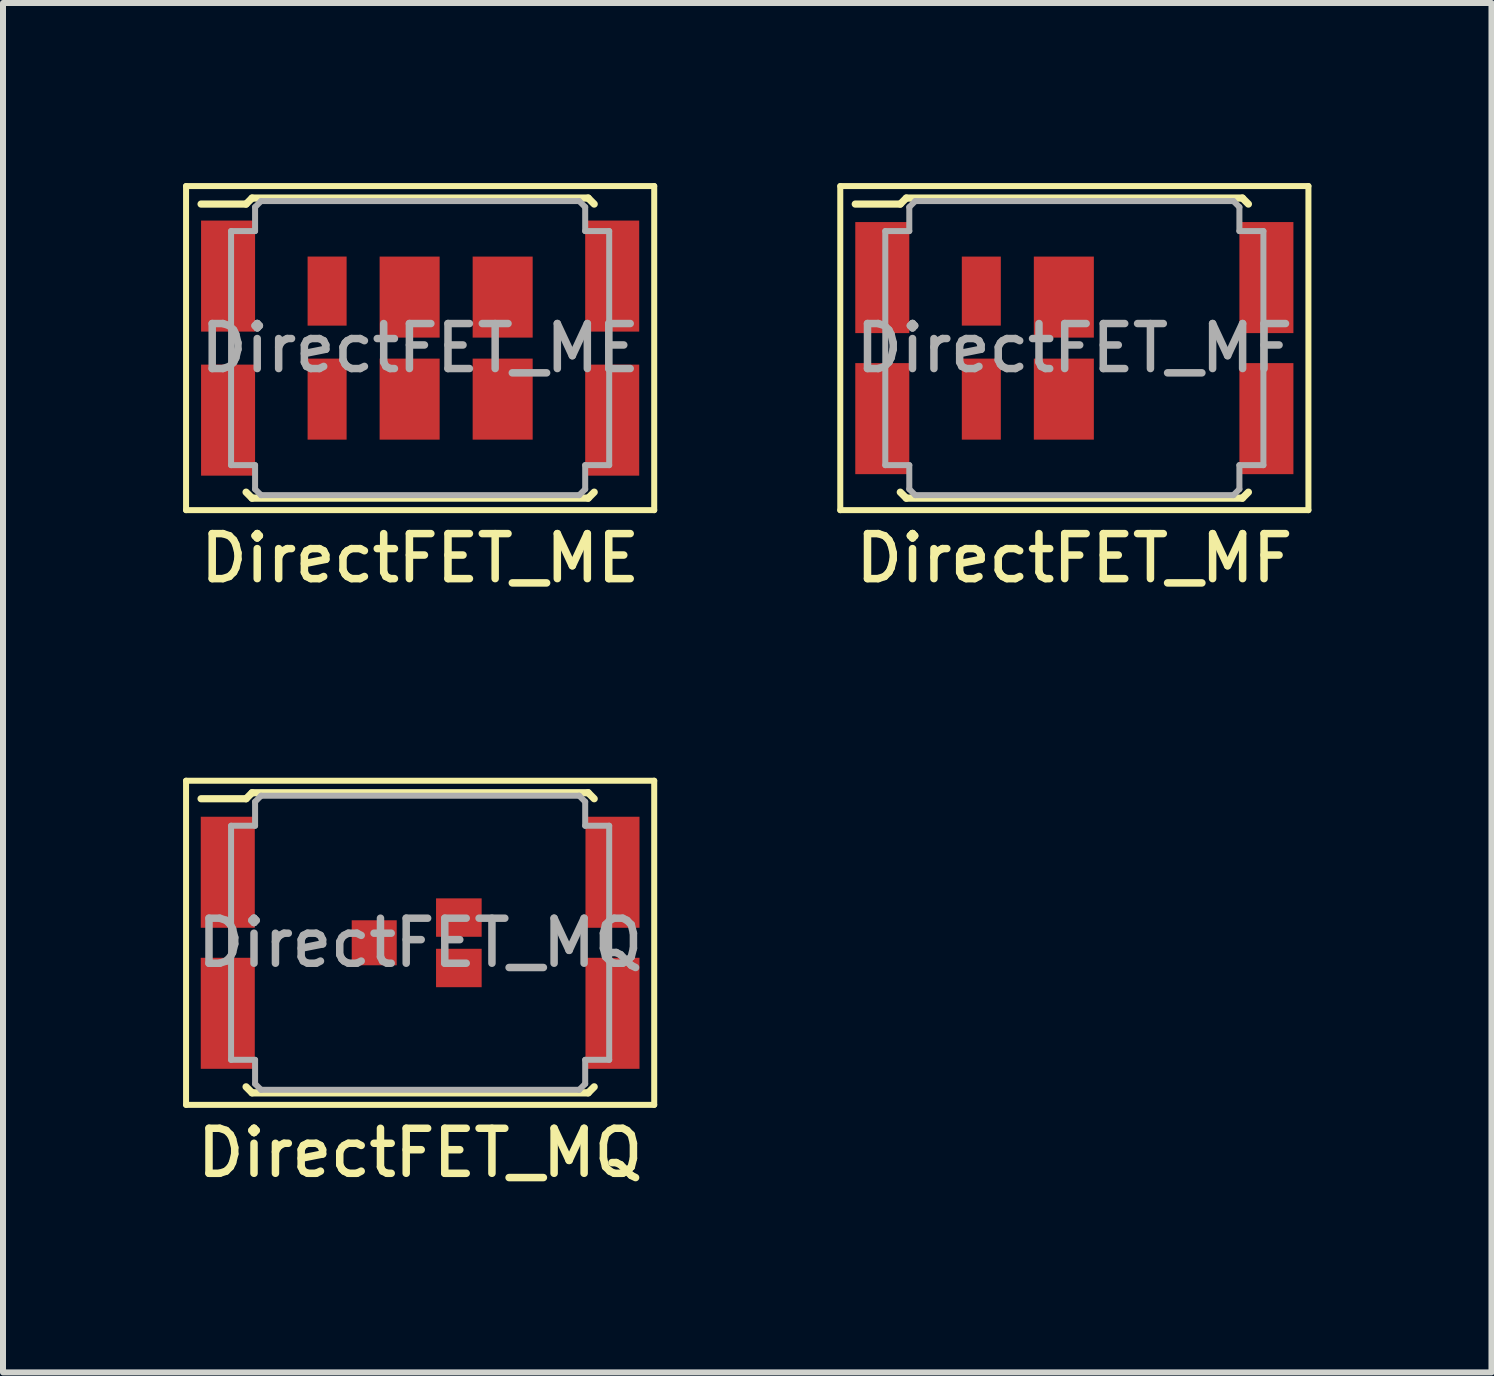
<source format=kicad_pcb>
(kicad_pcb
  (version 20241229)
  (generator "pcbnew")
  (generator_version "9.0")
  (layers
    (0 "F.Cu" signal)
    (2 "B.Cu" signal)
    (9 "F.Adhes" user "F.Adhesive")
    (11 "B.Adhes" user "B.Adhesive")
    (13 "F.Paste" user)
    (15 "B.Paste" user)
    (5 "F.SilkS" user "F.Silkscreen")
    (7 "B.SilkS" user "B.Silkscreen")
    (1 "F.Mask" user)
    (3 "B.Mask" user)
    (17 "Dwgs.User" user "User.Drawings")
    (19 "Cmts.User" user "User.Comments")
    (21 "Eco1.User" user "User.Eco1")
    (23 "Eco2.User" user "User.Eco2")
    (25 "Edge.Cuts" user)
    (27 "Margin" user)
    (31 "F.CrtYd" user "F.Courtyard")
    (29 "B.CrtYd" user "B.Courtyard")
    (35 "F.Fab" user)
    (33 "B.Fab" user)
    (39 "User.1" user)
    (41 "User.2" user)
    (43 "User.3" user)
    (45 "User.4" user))
  (footprint "DirectFET_MF"
    (layer "F.Cu")
    (at 14.85 2.75)
    (property "Reference" "DirectFET_MF" (at 0 3.5 0) (layer "F.SilkS") (effects (font (size 0.75 0.75) (thickness 0.125))))
    (attr smd)
    (fp_line (start -3.9 -2.7) (end -3.9 2.7) (stroke (width 0.1) (type solid)) (layer "F.SilkS"))
    (fp_line (start -3.9 2.7) (end 3.9 2.7) (stroke (width 0.1) (type solid)) (layer "F.SilkS"))
    (fp_line (start -3.65 -2.4) (end -2.9 -2.4) (stroke (width 0.12) (type solid)) (layer "F.SilkS"))
    (fp_line (start -2.9 -2.4) (end -2.8 -2.5) (stroke (width 0.12) (type solid)) (layer "F.SilkS"))
    (fp_line (start -2.8 -2.5) (end 2.8 -2.5) (stroke (width 0.12) (type solid)) (layer "F.SilkS"))
    (fp_line (start -2.8 2.5) (end -2.9 2.4) (stroke (width 0.12) (type solid)) (layer "F.SilkS"))
    (fp_line (start 2.8 -2.5) (end 2.9 -2.4) (stroke (width 0.12) (type solid)) (layer "F.SilkS"))
    (fp_line (start 2.8 2.5) (end -2.8 2.5) (stroke (width 0.12) (type solid)) (layer "F.SilkS"))
    (fp_line (start 2.9 2.4) (end 2.8 2.5) (stroke (width 0.12) (type solid)) (layer "F.SilkS"))
    (fp_line (start 3.9 -2.7) (end -3.9 -2.7) (stroke (width 0.1) (type solid)) (layer "F.SilkS"))
    (fp_line (start 3.9 2.7) (end 3.9 -2.7) (stroke (width 0.1) (type solid)) (layer "F.SilkS"))
    (fp_line (start -3.15 -1.95) (end -2.75 -1.95) (stroke (width 0.1) (type solid)) (layer "F.Fab"))
    (fp_line (start -3.15 1.95) (end -3.15 -1.95) (stroke (width 0.1) (type solid)) (layer "F.Fab"))
    (fp_line (start -3.15 1.95) (end -2.75 1.95) (stroke (width 0.1) (type solid)) (layer "F.Fab"))
    (fp_line (start -2.75 -2.35) (end -2.65 -2.45) (stroke (width 0.1) (type solid)) (layer "F.Fab"))
    (fp_line (start -2.75 -1.95) (end -2.75 -2.35) (stroke (width 0.1) (type solid)) (layer "F.Fab"))
    (fp_line (start -2.75 1.95) (end -2.75 2.35) (stroke (width 0.1) (type solid)) (layer "F.Fab"))
    (fp_line (start -2.75 2.35) (end -2.65 2.45) (stroke (width 0.1) (type solid)) (layer "F.Fab"))
    (fp_line (start -2.65 2.45) (end 2.65 2.45) (stroke (width 0.1) (type solid)) (layer "F.Fab"))
    (fp_line (start 2.65 -2.45) (end -2.65 -2.45) (stroke (width 0.1) (type solid)) (layer "F.Fab"))
    (fp_line (start 2.65 -2.45) (end 2.75 -2.35) (stroke (width 0.1) (type solid)) (layer "F.Fab"))
    (fp_line (start 2.75 -2.35) (end 2.75 -1.95) (stroke (width 0.1) (type solid)) (layer "F.Fab"))
    (fp_line (start 2.75 -1.95) (end 3.15 -1.95) (stroke (width 0.1) (type solid)) (layer "F.Fab"))
    (fp_line (start 2.75 1.95) (end 2.75 2.35) (stroke (width 0.1) (type solid)) (layer "F.Fab"))
    (fp_line (start 2.75 2.35) (end 2.65 2.45) (stroke (width 0.1) (type solid)) (layer "F.Fab"))
    (fp_line (start 3.15 -1.95) (end 3.15 1.95) (stroke (width 0.1) (type solid)) (layer "F.Fab"))
    (fp_line (start 3.15 1.95) (end 2.75 1.95) (stroke (width 0.1) (type solid)) (layer "F.Fab"))
    (fp_text user "${REFERENCE}" (at 0 0 0) (layer "F.Fab") (effects (font (size 0.75 0.75) (thickness 0.125))))
    (pad "1" smd rect (at -3.2 -1.175) (size 0.9 1.85) (layers "F.Cu" "F.Mask" "F.Paste"))
    (pad "1" smd rect (at -3.2 1.175) (size 0.9 1.85) (layers "F.Cu" "F.Mask" "F.Paste"))
    (pad "1" smd rect (at 3.2 -1.175) (size 0.9 1.85) (layers "F.Cu" "F.Mask" "F.Paste"))
    (pad "1" smd rect (at 3.2 1.175) (size 0.9 1.85) (layers "F.Cu" "F.Mask" "F.Paste"))
    (pad "2" smd rect (at -1.55 -0.95) (size 0.65 1.15) (layers "F.Cu" "F.Mask" "F.Paste"))
    (pad "3" smd rect (at -1.55 0.85) (size 0.65 1.35) (layers "F.Cu" "F.Mask" "F.Paste"))
    (pad "3" smd rect (at -0.175 -0.85) (size 1 1.35) (layers "F.Cu" "F.Mask" "F.Paste"))
    (pad "3" smd rect (at -0.175 0.85) (size 1 1.35) (layers "F.Cu" "F.Mask" "F.Paste")))
  (footprint "DirectFET_ME"
    (layer "F.Cu")
    (at 3.95 2.75)
    (property "Reference" "DirectFET_ME" (at 0 3.5 0) (layer "F.SilkS") (effects (font (size 0.75 0.75) (thickness 0.125))))
    (attr smd)
    (fp_line (start -3.9 -2.7) (end -3.9 2.7) (stroke (width 0.1) (type solid)) (layer "F.SilkS"))
    (fp_line (start -3.9 2.7) (end 3.9 2.7) (stroke (width 0.1) (type solid)) (layer "F.SilkS"))
    (fp_line (start -3.65 -2.4) (end -2.9 -2.4) (stroke (width 0.12) (type solid)) (layer "F.SilkS"))
    (fp_line (start -2.9 -2.4) (end -2.8 -2.5) (stroke (width 0.12) (type solid)) (layer "F.SilkS"))
    (fp_line (start -2.8 -2.5) (end 2.8 -2.5) (stroke (width 0.12) (type solid)) (layer "F.SilkS"))
    (fp_line (start -2.8 2.5) (end -2.9 2.4) (stroke (width 0.12) (type solid)) (layer "F.SilkS"))
    (fp_line (start 2.8 -2.5) (end 2.9 -2.4) (stroke (width 0.12) (type solid)) (layer "F.SilkS"))
    (fp_line (start 2.8 2.5) (end -2.8 2.5) (stroke (width 0.12) (type solid)) (layer "F.SilkS"))
    (fp_line (start 2.9 2.4) (end 2.8 2.5) (stroke (width 0.12) (type solid)) (layer "F.SilkS"))
    (fp_line (start 3.9 -2.7) (end -3.9 -2.7) (stroke (width 0.1) (type solid)) (layer "F.SilkS"))
    (fp_line (start 3.9 2.7) (end 3.9 -2.7) (stroke (width 0.1) (type solid)) (layer "F.SilkS"))
    (fp_line (start -3.15 -1.95) (end -2.75 -1.95) (stroke (width 0.1) (type solid)) (layer "F.Fab"))
    (fp_line (start -3.15 1.95) (end -3.15 -1.95) (stroke (width 0.1) (type solid)) (layer "F.Fab"))
    (fp_line (start -3.15 1.95) (end -2.75 1.95) (stroke (width 0.1) (type solid)) (layer "F.Fab"))
    (fp_line (start -2.75 -2.35) (end -2.65 -2.45) (stroke (width 0.1) (type solid)) (layer "F.Fab"))
    (fp_line (start -2.75 -1.95) (end -2.75 -2.35) (stroke (width 0.1) (type solid)) (layer "F.Fab"))
    (fp_line (start -2.75 1.95) (end -2.75 2.35) (stroke (width 0.1) (type solid)) (layer "F.Fab"))
    (fp_line (start -2.75 2.35) (end -2.65 2.45) (stroke (width 0.1) (type solid)) (layer "F.Fab"))
    (fp_line (start -2.65 2.45) (end 2.65 2.45) (stroke (width 0.1) (type solid)) (layer "F.Fab"))
    (fp_line (start 2.65 -2.45) (end -2.65 -2.45) (stroke (width 0.1) (type solid)) (layer "F.Fab"))
    (fp_line (start 2.65 -2.45) (end 2.75 -2.35) (stroke (width 0.1) (type solid)) (layer "F.Fab"))
    (fp_line (start 2.75 -2.35) (end 2.75 -1.95) (stroke (width 0.1) (type solid)) (layer "F.Fab"))
    (fp_line (start 2.75 -1.95) (end 3.15 -1.95) (stroke (width 0.1) (type solid)) (layer "F.Fab"))
    (fp_line (start 2.75 1.95) (end 2.75 2.35) (stroke (width 0.1) (type solid)) (layer "F.Fab"))
    (fp_line (start 2.75 2.35) (end 2.65 2.45) (stroke (width 0.1) (type solid)) (layer "F.Fab"))
    (fp_line (start 3.15 -1.95) (end 3.15 1.95) (stroke (width 0.1) (type solid)) (layer "F.Fab"))
    (fp_line (start 3.15 1.95) (end 2.75 1.95) (stroke (width 0.1) (type solid)) (layer "F.Fab"))
    (fp_text user "${REFERENCE}" (at 0 0 0) (layer "F.Fab") (effects (font (size 0.75 0.75) (thickness 0.125))))
    (pad "1" smd rect (at -3.2 -1.2) (size 0.9 1.85) (layers "F.Cu" "F.Mask" "F.Paste"))
    (pad "1" smd rect (at -3.2 1.2) (size 0.9 1.85) (layers "F.Cu" "F.Mask" "F.Paste"))
    (pad "1" smd rect (at 3.2 -1.2) (size 0.9 1.85) (layers "F.Cu" "F.Mask" "F.Paste"))
    (pad "1" smd rect (at 3.2 1.2) (size 0.9 1.85) (layers "F.Cu" "F.Mask" "F.Paste"))
    (pad "2" smd rect (at -1.55 -0.95) (size 0.65 1.151) (layers "F.Cu" "F.Mask" "F.Paste"))
    (pad "3" smd rect (at -1.55 0.85) (size 0.65 1.35) (layers "F.Cu" "F.Mask" "F.Paste"))
    (pad "3" smd rect (at -0.175 -0.85) (size 1 1.35) (layers "F.Cu" "F.Mask" "F.Paste"))
    (pad "3" smd rect (at -0.175 0.85) (size 1 1.35) (layers "F.Cu" "F.Mask" "F.Paste"))
    (pad "3" smd rect (at 1.375 -0.85) (size 1 1.35) (layers "F.Cu" "F.Mask" "F.Paste"))
    (pad "3" smd rect (at 1.375 0.85) (size 1 1.35) (layers "F.Cu" "F.Mask" "F.Paste")))
  (footprint "DirectFET_MQ"
    (layer "F.Cu")
    (at 3.95 12.658)
    (property "Reference" "DirectFET_MQ" (at 0 3.5 0) (layer "F.SilkS") (effects (font (size 0.75 0.75) (thickness 0.125))))
    (attr smd)
    (fp_line (start -3.9 -2.7) (end -3.9 2.7) (stroke (width 0.1) (type solid)) (layer "F.SilkS"))
    (fp_line (start -3.9 2.7) (end 3.9 2.7) (stroke (width 0.1) (type solid)) (layer "F.SilkS"))
    (fp_line (start -3.65 -2.4) (end -2.9 -2.4) (stroke (width 0.12) (type solid)) (layer "F.SilkS"))
    (fp_line (start -2.9 -2.4) (end -2.8 -2.5) (stroke (width 0.12) (type solid)) (layer "F.SilkS"))
    (fp_line (start -2.8 -2.5) (end 2.8 -2.5) (stroke (width 0.12) (type solid)) (layer "F.SilkS"))
    (fp_line (start -2.8 2.5) (end -2.9 2.4) (stroke (width 0.12) (type solid)) (layer "F.SilkS"))
    (fp_line (start 2.8 -2.5) (end 2.9 -2.4) (stroke (width 0.12) (type solid)) (layer "F.SilkS"))
    (fp_line (start 2.8 2.5) (end -2.8 2.5) (stroke (width 0.12) (type solid)) (layer "F.SilkS"))
    (fp_line (start 2.9 2.4) (end 2.8 2.5) (stroke (width 0.12) (type solid)) (layer "F.SilkS"))
    (fp_line (start 3.9 -2.7) (end -3.9 -2.7) (stroke (width 0.1) (type solid)) (layer "F.SilkS"))
    (fp_line (start 3.9 2.7) (end 3.9 -2.7) (stroke (width 0.1) (type solid)) (layer "F.SilkS"))
    (fp_line (start -3.15 -1.95) (end -2.75 -1.95) (stroke (width 0.1) (type solid)) (layer "F.Fab"))
    (fp_line (start -3.15 1.95) (end -3.15 -1.95) (stroke (width 0.1) (type solid)) (layer "F.Fab"))
    (fp_line (start -3.15 1.95) (end -2.75 1.95) (stroke (width 0.1) (type solid)) (layer "F.Fab"))
    (fp_line (start -2.75 -2.35) (end -2.65 -2.45) (stroke (width 0.1) (type solid)) (layer "F.Fab"))
    (fp_line (start -2.75 -1.95) (end -2.75 -2.35) (stroke (width 0.1) (type solid)) (layer "F.Fab"))
    (fp_line (start -2.75 1.95) (end -2.75 2.35) (stroke (width 0.1) (type solid)) (layer "F.Fab"))
    (fp_line (start -2.75 2.35) (end -2.65 2.45) (stroke (width 0.1) (type solid)) (layer "F.Fab"))
    (fp_line (start -2.65 2.45) (end 2.65 2.45) (stroke (width 0.1) (type solid)) (layer "F.Fab"))
    (fp_line (start 2.65 -2.45) (end -2.65 -2.45) (stroke (width 0.1) (type solid)) (layer "F.Fab"))
    (fp_line (start 2.65 -2.45) (end 2.75 -2.35) (stroke (width 0.1) (type solid)) (layer "F.Fab"))
    (fp_line (start 2.75 -2.35) (end 2.75 -1.95) (stroke (width 0.1) (type solid)) (layer "F.Fab"))
    (fp_line (start 2.75 -1.95) (end 3.15 -1.95) (stroke (width 0.1) (type solid)) (layer "F.Fab"))
    (fp_line (start 2.75 1.95) (end 2.75 2.35) (stroke (width 0.1) (type solid)) (layer "F.Fab"))
    (fp_line (start 2.75 2.35) (end 2.65 2.45) (stroke (width 0.1) (type solid)) (layer "F.Fab"))
    (fp_line (start 3.15 -1.95) (end 3.15 1.95) (stroke (width 0.1) (type solid)) (layer "F.Fab"))
    (fp_line (start 3.15 1.95) (end 2.75 1.95) (stroke (width 0.1) (type solid)) (layer "F.Fab"))
    (fp_text user "${REFERENCE}" (at 0 0 0) (layer "F.Fab") (effects (font (size 0.75 0.75) (thickness 0.125))))
    (pad "1" smd rect (at -3.205 -1.175) (size 0.9 1.85) (layers "F.Cu" "F.Mask" "F.Paste"))
    (pad "1" smd rect (at -3.205 1.175) (size 0.9 1.85) (layers "F.Cu" "F.Mask" "F.Paste"))
    (pad "1" smd rect (at 3.205 -1.175) (size 0.9 1.85) (layers "F.Cu" "F.Mask" "F.Paste"))
    (pad "1" smd rect (at 3.205 1.175) (size 0.9 1.85) (layers "F.Cu" "F.Mask" "F.Paste"))
    (pad "2" smd rect (at -0.765 0) (size 0.75 0.75) (layers "F.Cu" "F.Mask" "F.Paste"))
    (pad "3" smd rect (at 0.645 -0.42) (size 0.76 0.64) (layers "F.Cu" "F.Mask" "F.Paste"))
    (pad "3" smd rect (at 0.645 0.42) (size 0.76 0.64) (layers "F.Cu" "F.Mask" "F.Paste")))
  (gr_rect
    (start -3 -3)
    (end 21.8 19.816)
    (stroke (width 0.1) (type default))
    (fill no)
    (layer "Edge.Cuts")))
</source>
